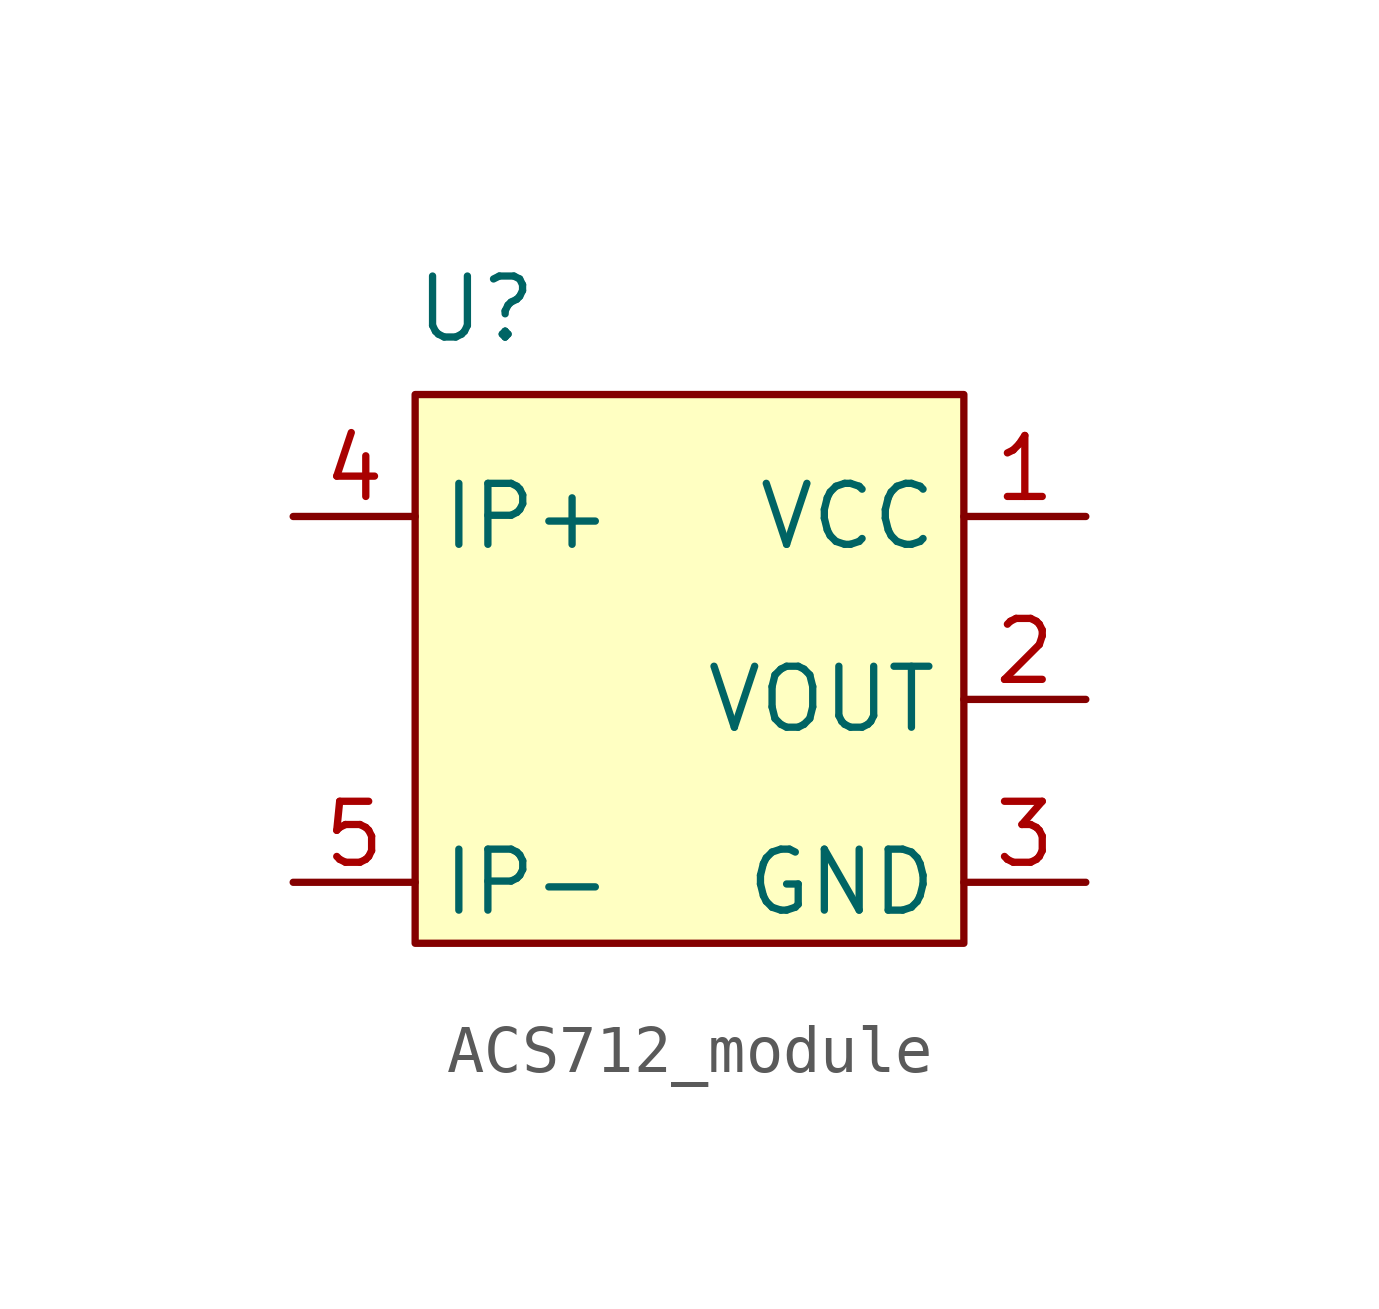
<source format=kicad_sym>
(kicad_symbol_lib
  (version 20231120)
  (generator "kicad_symbol_editor")
  (generator_version "8.0")
  (symbol "ACS712_module"
    (property "Reference" "U"
      (at 3.81 4.318 0)
      (effects (font (size 1.27 1.27))))
    (property "Value" ""
      (at 0 0 0)
      (effects (font (size 1.27 1.27))))
    (symbol "ACS712_module_1_1"
      (rectangle (start 2.54 2.54) (end 13.97 -8.89) (stroke (width 0) (type default)) (fill (type background)))
      (pin input line (at 16.51 0 180) (length 2.54) (name "VCC" (effects (font (size 1.27 1.27)))) (number "1" (effects (font (size 1.27 1.27)))))
      (pin input line (at 16.51 -3.81 180) (length 2.54) (name "VOUT" (effects (font (size 1.27 1.27)))) (number "2" (effects (font (size 1.27 1.27)))))
      (pin input line (at 16.51 -7.62 180) (length 2.54) (name "GND" (effects (font (size 1.27 1.27)))) (number "3" (effects (font (size 1.27 1.27)))))
      (pin input line (at 0 0 0) (length 2.54) (name "IP+" (effects (font (size 1.27 1.27)))) (number "4" (effects (font (size 1.27 1.27)))))
      (pin input line (at 0 -7.62 0) (length 2.54) (name "IP-" (effects (font (size 1.27 1.27)))) (number "5" (effects (font (size 1.27 1.27))))))))
</source>
